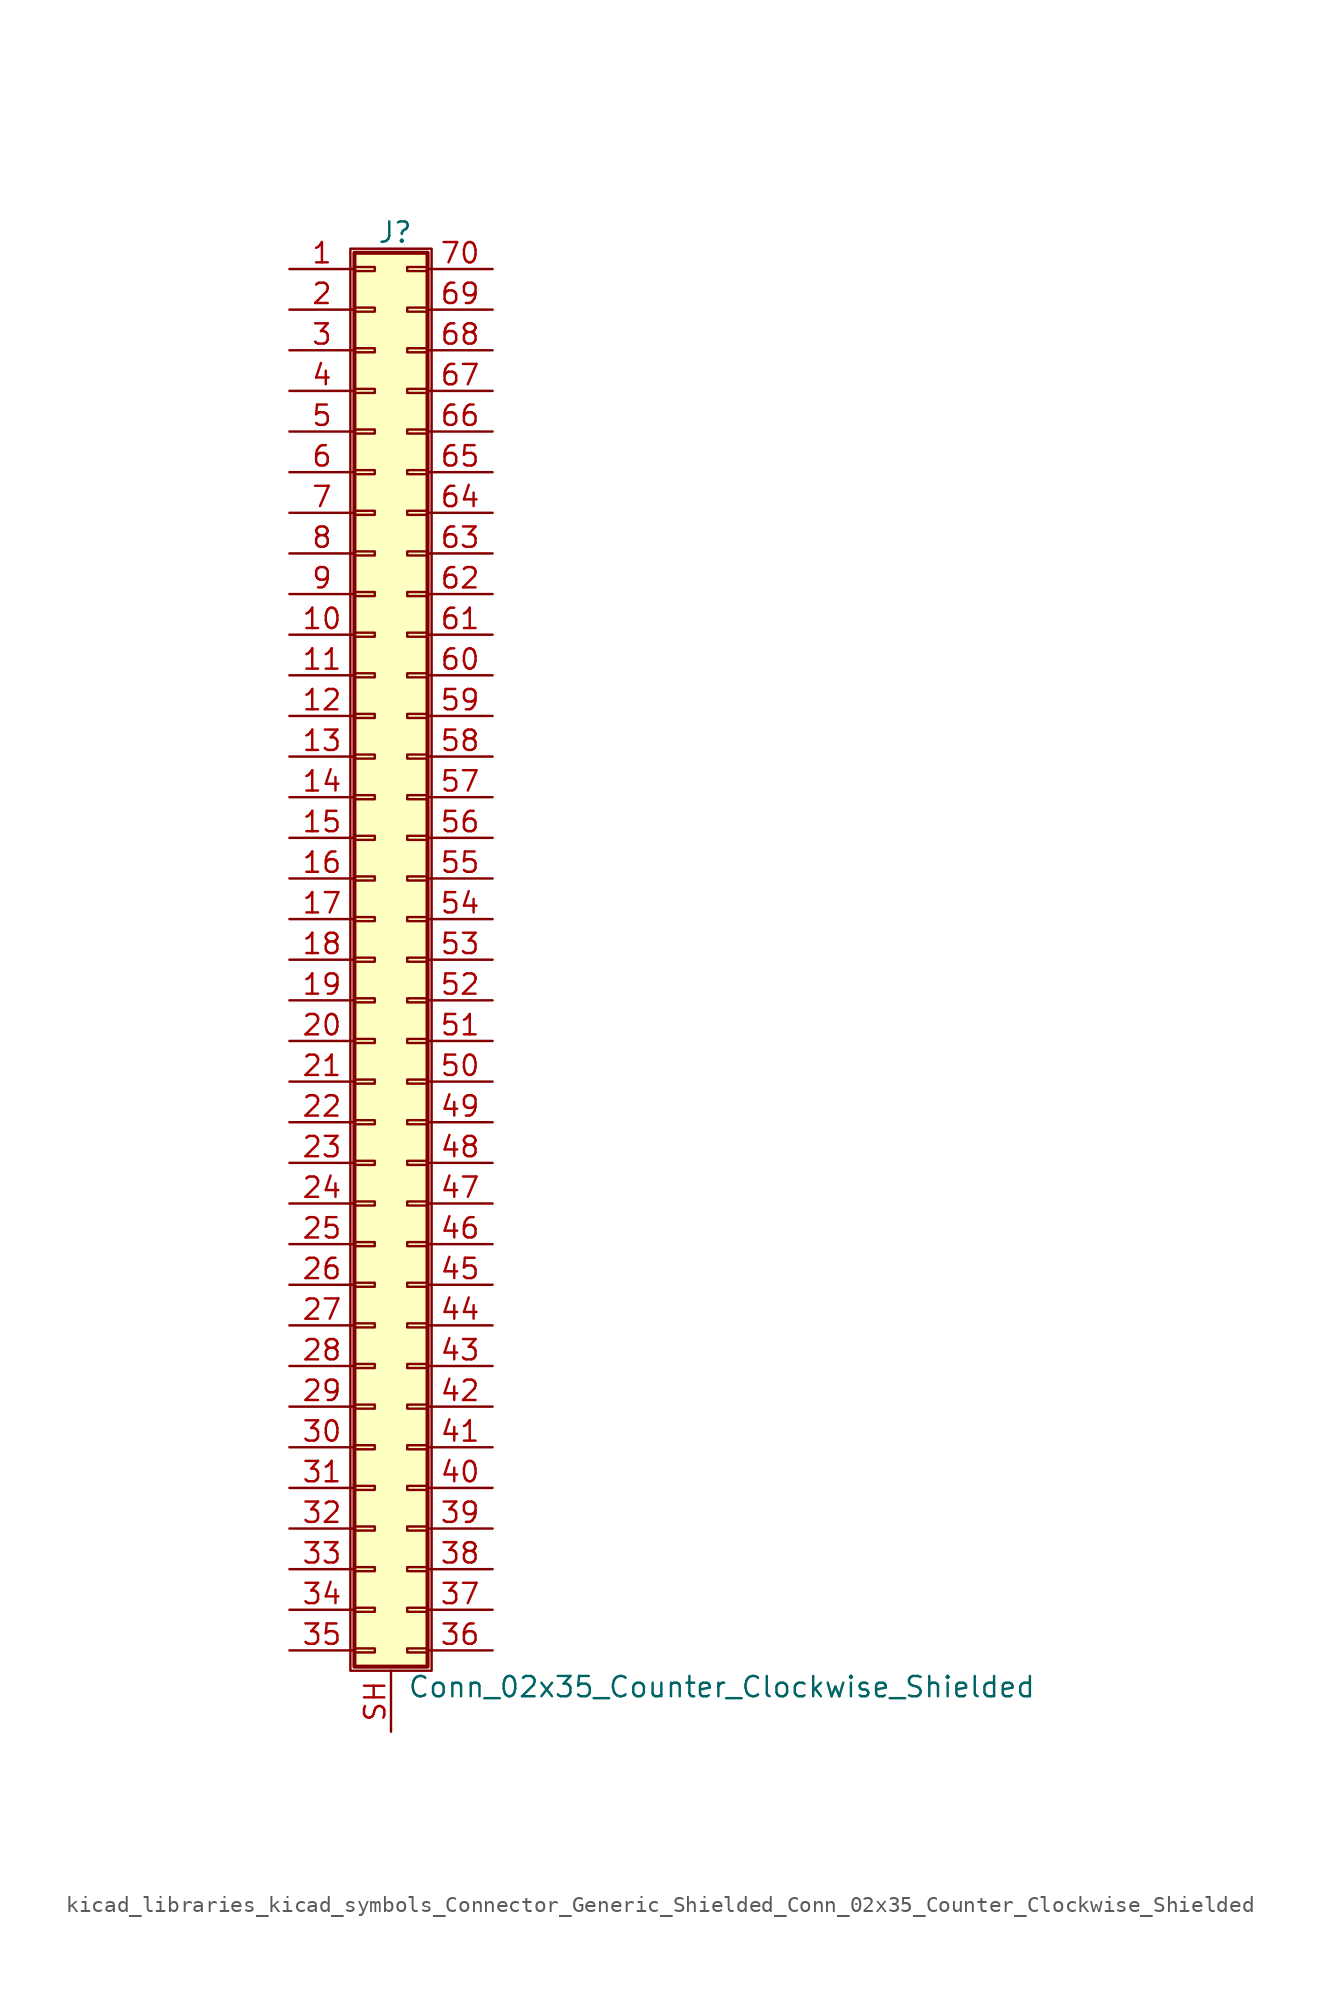
<source format=kicad_sym>
(kicad_symbol_lib
  (version 20220914)
  (generator kicad_symbol_editor)
  (symbol "kicad_libraries_kicad_symbols_Connector_Generic_Shielded_Conn_02x35_Counter_Clockwise_Shielded"
    (pin_names
      (offset 1.016) hide)
    (property "Reference" "J"
      (at 1.524 45.466 0)
      (effects (font (size 1.27 1.27))))
    (property "Value" "Conn_02x35_Counter_Clockwise_Shielded"
      (at 2.286 -45.466 0)
      (effects (font (size 1.27 1.27)) (justify left)))
    (symbol "kicad_libraries_kicad_symbols_Connector_Generic_Shielded_Conn_02x35_Counter_Clockwise_Shielded_1_1"
      (rectangle (start -1.27 44.45) (end 3.81 -44.45) (stroke (width 0.152) (type default)) (fill (type none)))
      (rectangle (start -1.016 -43.053) (end 0.254 -43.307) (stroke (width 0.152) (type default)) (fill (type none)))
      (rectangle (start -1.016 -40.513) (end 0.254 -40.767) (stroke (width 0.152) (type default)) (fill (type none)))
      (rectangle (start -1.016 -37.973) (end 0.254 -38.227) (stroke (width 0.152) (type default)) (fill (type none)))
      (rectangle (start -1.016 -35.433) (end 0.254 -35.687) (stroke (width 0.152) (type default)) (fill (type none)))
      (rectangle (start -1.016 -32.893) (end 0.254 -33.147) (stroke (width 0.152) (type default)) (fill (type none)))
      (rectangle (start -1.016 -30.353) (end 0.254 -30.607) (stroke (width 0.152) (type default)) (fill (type none)))
      (rectangle (start -1.016 -27.813) (end 0.254 -28.067) (stroke (width 0.152) (type default)) (fill (type none)))
      (rectangle (start -1.016 -25.273) (end 0.254 -25.527) (stroke (width 0.152) (type default)) (fill (type none)))
      (rectangle (start -1.016 -22.733) (end 0.254 -22.987) (stroke (width 0.152) (type default)) (fill (type none)))
      (rectangle (start -1.016 -20.193) (end 0.254 -20.447) (stroke (width 0.152) (type default)) (fill (type none)))
      (rectangle (start -1.016 -17.653) (end 0.254 -17.907) (stroke (width 0.152) (type default)) (fill (type none)))
      (rectangle (start -1.016 -15.113) (end 0.254 -15.367) (stroke (width 0.152) (type default)) (fill (type none)))
      (rectangle (start -1.016 -12.573) (end 0.254 -12.827) (stroke (width 0.152) (type default)) (fill (type none)))
      (rectangle (start -1.016 -10.033) (end 0.254 -10.287) (stroke (width 0.152) (type default)) (fill (type none)))
      (rectangle (start -1.016 -7.493) (end 0.254 -7.747) (stroke (width 0.152) (type default)) (fill (type none)))
      (rectangle (start -1.016 -4.953) (end 0.254 -5.207) (stroke (width 0.152) (type default)) (fill (type none)))
      (rectangle (start -1.016 -2.413) (end 0.254 -2.667) (stroke (width 0.152) (type default)) (fill (type none)))
      (rectangle (start -1.016 0.127) (end 0.254 -0.127) (stroke (width 0.152) (type default)) (fill (type none)))
      (rectangle (start -1.016 2.667) (end 0.254 2.413) (stroke (width 0.152) (type default)) (fill (type none)))
      (rectangle (start -1.016 5.207) (end 0.254 4.953) (stroke (width 0.152) (type default)) (fill (type none)))
      (rectangle (start -1.016 7.747) (end 0.254 7.493) (stroke (width 0.152) (type default)) (fill (type none)))
      (rectangle (start -1.016 10.287) (end 0.254 10.033) (stroke (width 0.152) (type default)) (fill (type none)))
      (rectangle (start -1.016 12.827) (end 0.254 12.573) (stroke (width 0.152) (type default)) (fill (type none)))
      (rectangle (start -1.016 15.367) (end 0.254 15.113) (stroke (width 0.152) (type default)) (fill (type none)))
      (rectangle (start -1.016 17.907) (end 0.254 17.653) (stroke (width 0.152) (type default)) (fill (type none)))
      (rectangle (start -1.016 20.447) (end 0.254 20.193) (stroke (width 0.152) (type default)) (fill (type none)))
      (rectangle (start -1.016 22.987) (end 0.254 22.733) (stroke (width 0.152) (type default)) (fill (type none)))
      (rectangle (start -1.016 25.527) (end 0.254 25.273) (stroke (width 0.152) (type default)) (fill (type none)))
      (rectangle (start -1.016 28.067) (end 0.254 27.813) (stroke (width 0.152) (type default)) (fill (type none)))
      (rectangle (start -1.016 30.607) (end 0.254 30.353) (stroke (width 0.152) (type default)) (fill (type none)))
      (rectangle (start -1.016 33.147) (end 0.254 32.893) (stroke (width 0.152) (type default)) (fill (type none)))
      (rectangle (start -1.016 35.687) (end 0.254 35.433) (stroke (width 0.152) (type default)) (fill (type none)))
      (rectangle (start -1.016 38.227) (end 0.254 37.973) (stroke (width 0.152) (type default)) (fill (type none)))
      (rectangle (start -1.016 40.767) (end 0.254 40.513) (stroke (width 0.152) (type default)) (fill (type none)))
      (rectangle (start -1.016 43.307) (end 0.254 43.053) (stroke (width 0.152) (type default)) (fill (type none)))
      (rectangle (start -1.016 44.196) (end 3.556 -44.196) (stroke (width 0.254) (type default)) (fill (type background)))
      (rectangle (start 3.556 -43.053) (end 2.286 -43.307) (stroke (width 0.152) (type default)) (fill (type none)))
      (rectangle (start 3.556 -40.513) (end 2.286 -40.767) (stroke (width 0.152) (type default)) (fill (type none)))
      (rectangle (start 3.556 -37.973) (end 2.286 -38.227) (stroke (width 0.152) (type default)) (fill (type none)))
      (rectangle (start 3.556 -35.433) (end 2.286 -35.687) (stroke (width 0.152) (type default)) (fill (type none)))
      (rectangle (start 3.556 -32.893) (end 2.286 -33.147) (stroke (width 0.152) (type default)) (fill (type none)))
      (rectangle (start 3.556 -30.353) (end 2.286 -30.607) (stroke (width 0.152) (type default)) (fill (type none)))
      (rectangle (start 3.556 -27.813) (end 2.286 -28.067) (stroke (width 0.152) (type default)) (fill (type none)))
      (rectangle (start 3.556 -25.273) (end 2.286 -25.527) (stroke (width 0.152) (type default)) (fill (type none)))
      (rectangle (start 3.556 -22.733) (end 2.286 -22.987) (stroke (width 0.152) (type default)) (fill (type none)))
      (rectangle (start 3.556 -20.193) (end 2.286 -20.447) (stroke (width 0.152) (type default)) (fill (type none)))
      (rectangle (start 3.556 -17.653) (end 2.286 -17.907) (stroke (width 0.152) (type default)) (fill (type none)))
      (rectangle (start 3.556 -15.113) (end 2.286 -15.367) (stroke (width 0.152) (type default)) (fill (type none)))
      (rectangle (start 3.556 -12.573) (end 2.286 -12.827) (stroke (width 0.152) (type default)) (fill (type none)))
      (rectangle (start 3.556 -10.033) (end 2.286 -10.287) (stroke (width 0.152) (type default)) (fill (type none)))
      (rectangle (start 3.556 -7.493) (end 2.286 -7.747) (stroke (width 0.152) (type default)) (fill (type none)))
      (rectangle (start 3.556 -4.953) (end 2.286 -5.207) (stroke (width 0.152) (type default)) (fill (type none)))
      (rectangle (start 3.556 -2.413) (end 2.286 -2.667) (stroke (width 0.152) (type default)) (fill (type none)))
      (rectangle (start 3.556 0.127) (end 2.286 -0.127) (stroke (width 0.152) (type default)) (fill (type none)))
      (rectangle (start 3.556 2.667) (end 2.286 2.413) (stroke (width 0.152) (type default)) (fill (type none)))
      (rectangle (start 3.556 5.207) (end 2.286 4.953) (stroke (width 0.152) (type default)) (fill (type none)))
      (rectangle (start 3.556 7.747) (end 2.286 7.493) (stroke (width 0.152) (type default)) (fill (type none)))
      (rectangle (start 3.556 10.287) (end 2.286 10.033) (stroke (width 0.152) (type default)) (fill (type none)))
      (rectangle (start 3.556 12.827) (end 2.286 12.573) (stroke (width 0.152) (type default)) (fill (type none)))
      (rectangle (start 3.556 15.367) (end 2.286 15.113) (stroke (width 0.152) (type default)) (fill (type none)))
      (rectangle (start 3.556 17.907) (end 2.286 17.653) (stroke (width 0.152) (type default)) (fill (type none)))
      (rectangle (start 3.556 20.447) (end 2.286 20.193) (stroke (width 0.152) (type default)) (fill (type none)))
      (rectangle (start 3.556 22.987) (end 2.286 22.733) (stroke (width 0.152) (type default)) (fill (type none)))
      (rectangle (start 3.556 25.527) (end 2.286 25.273) (stroke (width 0.152) (type default)) (fill (type none)))
      (rectangle (start 3.556 28.067) (end 2.286 27.813) (stroke (width 0.152) (type default)) (fill (type none)))
      (rectangle (start 3.556 30.607) (end 2.286 30.353) (stroke (width 0.152) (type default)) (fill (type none)))
      (rectangle (start 3.556 33.147) (end 2.286 32.893) (stroke (width 0.152) (type default)) (fill (type none)))
      (rectangle (start 3.556 35.687) (end 2.286 35.433) (stroke (width 0.152) (type default)) (fill (type none)))
      (rectangle (start 3.556 38.227) (end 2.286 37.973) (stroke (width 0.152) (type default)) (fill (type none)))
      (rectangle (start 3.556 40.767) (end 2.286 40.513) (stroke (width 0.152) (type default)) (fill (type none)))
      (rectangle (start 3.556 43.307) (end 2.286 43.053) (stroke (width 0.152) (type default)) (fill (type none)))
      (pin passive line (at -5.08 43.18 0) (length 4.064) (name "Pin_1" (effects (font (size 1.27 1.27)))) (number "1" (effects (font (size 1.27 1.27)))))
      (pin passive line (at -5.08 20.32 0) (length 4.064) (name "Pin_10" (effects (font (size 1.27 1.27)))) (number "10" (effects (font (size 1.27 1.27)))))
      (pin passive line (at -5.08 17.78 0) (length 4.064) (name "Pin_11" (effects (font (size 1.27 1.27)))) (number "11" (effects (font (size 1.27 1.27)))))
      (pin passive line (at -5.08 15.24 0) (length 4.064) (name "Pin_12" (effects (font (size 1.27 1.27)))) (number "12" (effects (font (size 1.27 1.27)))))
      (pin passive line (at -5.08 12.7 0) (length 4.064) (name "Pin_13" (effects (font (size 1.27 1.27)))) (number "13" (effects (font (size 1.27 1.27)))))
      (pin passive line (at -5.08 10.16 0) (length 4.064) (name "Pin_14" (effects (font (size 1.27 1.27)))) (number "14" (effects (font (size 1.27 1.27)))))
      (pin passive line (at -5.08 7.62 0) (length 4.064) (name "Pin_15" (effects (font (size 1.27 1.27)))) (number "15" (effects (font (size 1.27 1.27)))))
      (pin passive line (at -5.08 5.08 0) (length 4.064) (name "Pin_16" (effects (font (size 1.27 1.27)))) (number "16" (effects (font (size 1.27 1.27)))))
      (pin passive line (at -5.08 2.54 0) (length 4.064) (name "Pin_17" (effects (font (size 1.27 1.27)))) (number "17" (effects (font (size 1.27 1.27)))))
      (pin passive line (at -5.08 0 0) (length 4.064) (name "Pin_18" (effects (font (size 1.27 1.27)))) (number "18" (effects (font (size 1.27 1.27)))))
      (pin passive line (at -5.08 -2.54 0) (length 4.064) (name "Pin_19" (effects (font (size 1.27 1.27)))) (number "19" (effects (font (size 1.27 1.27)))))
      (pin passive line (at -5.08 40.64 0) (length 4.064) (name "Pin_2" (effects (font (size 1.27 1.27)))) (number "2" (effects (font (size 1.27 1.27)))))
      (pin passive line (at -5.08 -5.08 0) (length 4.064) (name "Pin_20" (effects (font (size 1.27 1.27)))) (number "20" (effects (font (size 1.27 1.27)))))
      (pin passive line (at -5.08 -7.62 0) (length 4.064) (name "Pin_21" (effects (font (size 1.27 1.27)))) (number "21" (effects (font (size 1.27 1.27)))))
      (pin passive line (at -5.08 -10.16 0) (length 4.064) (name "Pin_22" (effects (font (size 1.27 1.27)))) (number "22" (effects (font (size 1.27 1.27)))))
      (pin passive line (at -5.08 -12.7 0) (length 4.064) (name "Pin_23" (effects (font (size 1.27 1.27)))) (number "23" (effects (font (size 1.27 1.27)))))
      (pin passive line (at -5.08 -15.24 0) (length 4.064) (name "Pin_24" (effects (font (size 1.27 1.27)))) (number "24" (effects (font (size 1.27 1.27)))))
      (pin passive line (at -5.08 -17.78 0) (length 4.064) (name "Pin_25" (effects (font (size 1.27 1.27)))) (number "25" (effects (font (size 1.27 1.27)))))
      (pin passive line (at -5.08 -20.32 0) (length 4.064) (name "Pin_26" (effects (font (size 1.27 1.27)))) (number "26" (effects (font (size 1.27 1.27)))))
      (pin passive line (at -5.08 -22.86 0) (length 4.064) (name "Pin_27" (effects (font (size 1.27 1.27)))) (number "27" (effects (font (size 1.27 1.27)))))
      (pin passive line (at -5.08 -25.4 0) (length 4.064) (name "Pin_28" (effects (font (size 1.27 1.27)))) (number "28" (effects (font (size 1.27 1.27)))))
      (pin passive line (at -5.08 -27.94 0) (length 4.064) (name "Pin_29" (effects (font (size 1.27 1.27)))) (number "29" (effects (font (size 1.27 1.27)))))
      (pin passive line (at -5.08 38.1 0) (length 4.064) (name "Pin_3" (effects (font (size 1.27 1.27)))) (number "3" (effects (font (size 1.27 1.27)))))
      (pin passive line (at -5.08 -30.48 0) (length 4.064) (name "Pin_30" (effects (font (size 1.27 1.27)))) (number "30" (effects (font (size 1.27 1.27)))))
      (pin passive line (at -5.08 -33.02 0) (length 4.064) (name "Pin_31" (effects (font (size 1.27 1.27)))) (number "31" (effects (font (size 1.27 1.27)))))
      (pin passive line (at -5.08 -35.56 0) (length 4.064) (name "Pin_32" (effects (font (size 1.27 1.27)))) (number "32" (effects (font (size 1.27 1.27)))))
      (pin passive line (at -5.08 -38.1 0) (length 4.064) (name "Pin_33" (effects (font (size 1.27 1.27)))) (number "33" (effects (font (size 1.27 1.27)))))
      (pin passive line (at -5.08 -40.64 0) (length 4.064) (name "Pin_34" (effects (font (size 1.27 1.27)))) (number "34" (effects (font (size 1.27 1.27)))))
      (pin passive line (at -5.08 -43.18 0) (length 4.064) (name "Pin_35" (effects (font (size 1.27 1.27)))) (number "35" (effects (font (size 1.27 1.27)))))
      (pin passive line (at 7.62 -43.18 180) (length 4.064) (name "Pin_36" (effects (font (size 1.27 1.27)))) (number "36" (effects (font (size 1.27 1.27)))))
      (pin passive line (at 7.62 -40.64 180) (length 4.064) (name "Pin_37" (effects (font (size 1.27 1.27)))) (number "37" (effects (font (size 1.27 1.27)))))
      (pin passive line (at 7.62 -38.1 180) (length 4.064) (name "Pin_38" (effects (font (size 1.27 1.27)))) (number "38" (effects (font (size 1.27 1.27)))))
      (pin passive line (at 7.62 -35.56 180) (length 4.064) (name "Pin_39" (effects (font (size 1.27 1.27)))) (number "39" (effects (font (size 1.27 1.27)))))
      (pin passive line (at -5.08 35.56 0) (length 4.064) (name "Pin_4" (effects (font (size 1.27 1.27)))) (number "4" (effects (font (size 1.27 1.27)))))
      (pin passive line (at 7.62 -33.02 180) (length 4.064) (name "Pin_40" (effects (font (size 1.27 1.27)))) (number "40" (effects (font (size 1.27 1.27)))))
      (pin passive line (at 7.62 -30.48 180) (length 4.064) (name "Pin_41" (effects (font (size 1.27 1.27)))) (number "41" (effects (font (size 1.27 1.27)))))
      (pin passive line (at 7.62 -27.94 180) (length 4.064) (name "Pin_42" (effects (font (size 1.27 1.27)))) (number "42" (effects (font (size 1.27 1.27)))))
      (pin passive line (at 7.62 -25.4 180) (length 4.064) (name "Pin_43" (effects (font (size 1.27 1.27)))) (number "43" (effects (font (size 1.27 1.27)))))
      (pin passive line (at 7.62 -22.86 180) (length 4.064) (name "Pin_44" (effects (font (size 1.27 1.27)))) (number "44" (effects (font (size 1.27 1.27)))))
      (pin passive line (at 7.62 -20.32 180) (length 4.064) (name "Pin_45" (effects (font (size 1.27 1.27)))) (number "45" (effects (font (size 1.27 1.27)))))
      (pin passive line (at 7.62 -17.78 180) (length 4.064) (name "Pin_46" (effects (font (size 1.27 1.27)))) (number "46" (effects (font (size 1.27 1.27)))))
      (pin passive line (at 7.62 -15.24 180) (length 4.064) (name "Pin_47" (effects (font (size 1.27 1.27)))) (number "47" (effects (font (size 1.27 1.27)))))
      (pin passive line (at 7.62 -12.7 180) (length 4.064) (name "Pin_48" (effects (font (size 1.27 1.27)))) (number "48" (effects (font (size 1.27 1.27)))))
      (pin passive line (at 7.62 -10.16 180) (length 4.064) (name "Pin_49" (effects (font (size 1.27 1.27)))) (number "49" (effects (font (size 1.27 1.27)))))
      (pin passive line (at -5.08 33.02 0) (length 4.064) (name "Pin_5" (effects (font (size 1.27 1.27)))) (number "5" (effects (font (size 1.27 1.27)))))
      (pin passive line (at 7.62 -7.62 180) (length 4.064) (name "Pin_50" (effects (font (size 1.27 1.27)))) (number "50" (effects (font (size 1.27 1.27)))))
      (pin passive line (at 7.62 -5.08 180) (length 4.064) (name "Pin_51" (effects (font (size 1.27 1.27)))) (number "51" (effects (font (size 1.27 1.27)))))
      (pin passive line (at 7.62 -2.54 180) (length 4.064) (name "Pin_52" (effects (font (size 1.27 1.27)))) (number "52" (effects (font (size 1.27 1.27)))))
      (pin passive line (at 7.62 0 180) (length 4.064) (name "Pin_53" (effects (font (size 1.27 1.27)))) (number "53" (effects (font (size 1.27 1.27)))))
      (pin passive line (at 7.62 2.54 180) (length 4.064) (name "Pin_54" (effects (font (size 1.27 1.27)))) (number "54" (effects (font (size 1.27 1.27)))))
      (pin passive line (at 7.62 5.08 180) (length 4.064) (name "Pin_55" (effects (font (size 1.27 1.27)))) (number "55" (effects (font (size 1.27 1.27)))))
      (pin passive line (at 7.62 7.62 180) (length 4.064) (name "Pin_56" (effects (font (size 1.27 1.27)))) (number "56" (effects (font (size 1.27 1.27)))))
      (pin passive line (at 7.62 10.16 180) (length 4.064) (name "Pin_57" (effects (font (size 1.27 1.27)))) (number "57" (effects (font (size 1.27 1.27)))))
      (pin passive line (at 7.62 12.7 180) (length 4.064) (name "Pin_58" (effects (font (size 1.27 1.27)))) (number "58" (effects (font (size 1.27 1.27)))))
      (pin passive line (at 7.62 15.24 180) (length 4.064) (name "Pin_59" (effects (font (size 1.27 1.27)))) (number "59" (effects (font (size 1.27 1.27)))))
      (pin passive line (at -5.08 30.48 0) (length 4.064) (name "Pin_6" (effects (font (size 1.27 1.27)))) (number "6" (effects (font (size 1.27 1.27)))))
      (pin passive line (at 7.62 17.78 180) (length 4.064) (name "Pin_60" (effects (font (size 1.27 1.27)))) (number "60" (effects (font (size 1.27 1.27)))))
      (pin passive line (at 7.62 20.32 180) (length 4.064) (name "Pin_61" (effects (font (size 1.27 1.27)))) (number "61" (effects (font (size 1.27 1.27)))))
      (pin passive line (at 7.62 22.86 180) (length 4.064) (name "Pin_62" (effects (font (size 1.27 1.27)))) (number "62" (effects (font (size 1.27 1.27)))))
      (pin passive line (at 7.62 25.4 180) (length 4.064) (name "Pin_63" (effects (font (size 1.27 1.27)))) (number "63" (effects (font (size 1.27 1.27)))))
      (pin passive line (at 7.62 27.94 180) (length 4.064) (name "Pin_64" (effects (font (size 1.27 1.27)))) (number "64" (effects (font (size 1.27 1.27)))))
      (pin passive line (at 7.62 30.48 180) (length 4.064) (name "Pin_65" (effects (font (size 1.27 1.27)))) (number "65" (effects (font (size 1.27 1.27)))))
      (pin passive line (at 7.62 33.02 180) (length 4.064) (name "Pin_66" (effects (font (size 1.27 1.27)))) (number "66" (effects (font (size 1.27 1.27)))))
      (pin passive line (at 7.62 35.56 180) (length 4.064) (name "Pin_67" (effects (font (size 1.27 1.27)))) (number "67" (effects (font (size 1.27 1.27)))))
      (pin passive line (at 7.62 38.1 180) (length 4.064) (name "Pin_68" (effects (font (size 1.27 1.27)))) (number "68" (effects (font (size 1.27 1.27)))))
      (pin passive line (at 7.62 40.64 180) (length 4.064) (name "Pin_69" (effects (font (size 1.27 1.27)))) (number "69" (effects (font (size 1.27 1.27)))))
      (pin passive line (at -5.08 27.94 0) (length 4.064) (name "Pin_7" (effects (font (size 1.27 1.27)))) (number "7" (effects (font (size 1.27 1.27)))))
      (pin passive line (at 7.62 43.18 180) (length 4.064) (name "Pin_70" (effects (font (size 1.27 1.27)))) (number "70" (effects (font (size 1.27 1.27)))))
      (pin passive line (at -5.08 25.4 0) (length 4.064) (name "Pin_8" (effects (font (size 1.27 1.27)))) (number "8" (effects (font (size 1.27 1.27)))))
      (pin passive line (at -5.08 22.86 0) (length 4.064) (name "Pin_9" (effects (font (size 1.27 1.27)))) (number "9" (effects (font (size 1.27 1.27)))))
      (pin passive line (at 1.27 -48.26 90) (length 3.81) (name "Shield" (effects (font (size 1.27 1.27)))) (number "SH" (effects (font (size 1.27 1.27))))))))
</source>
